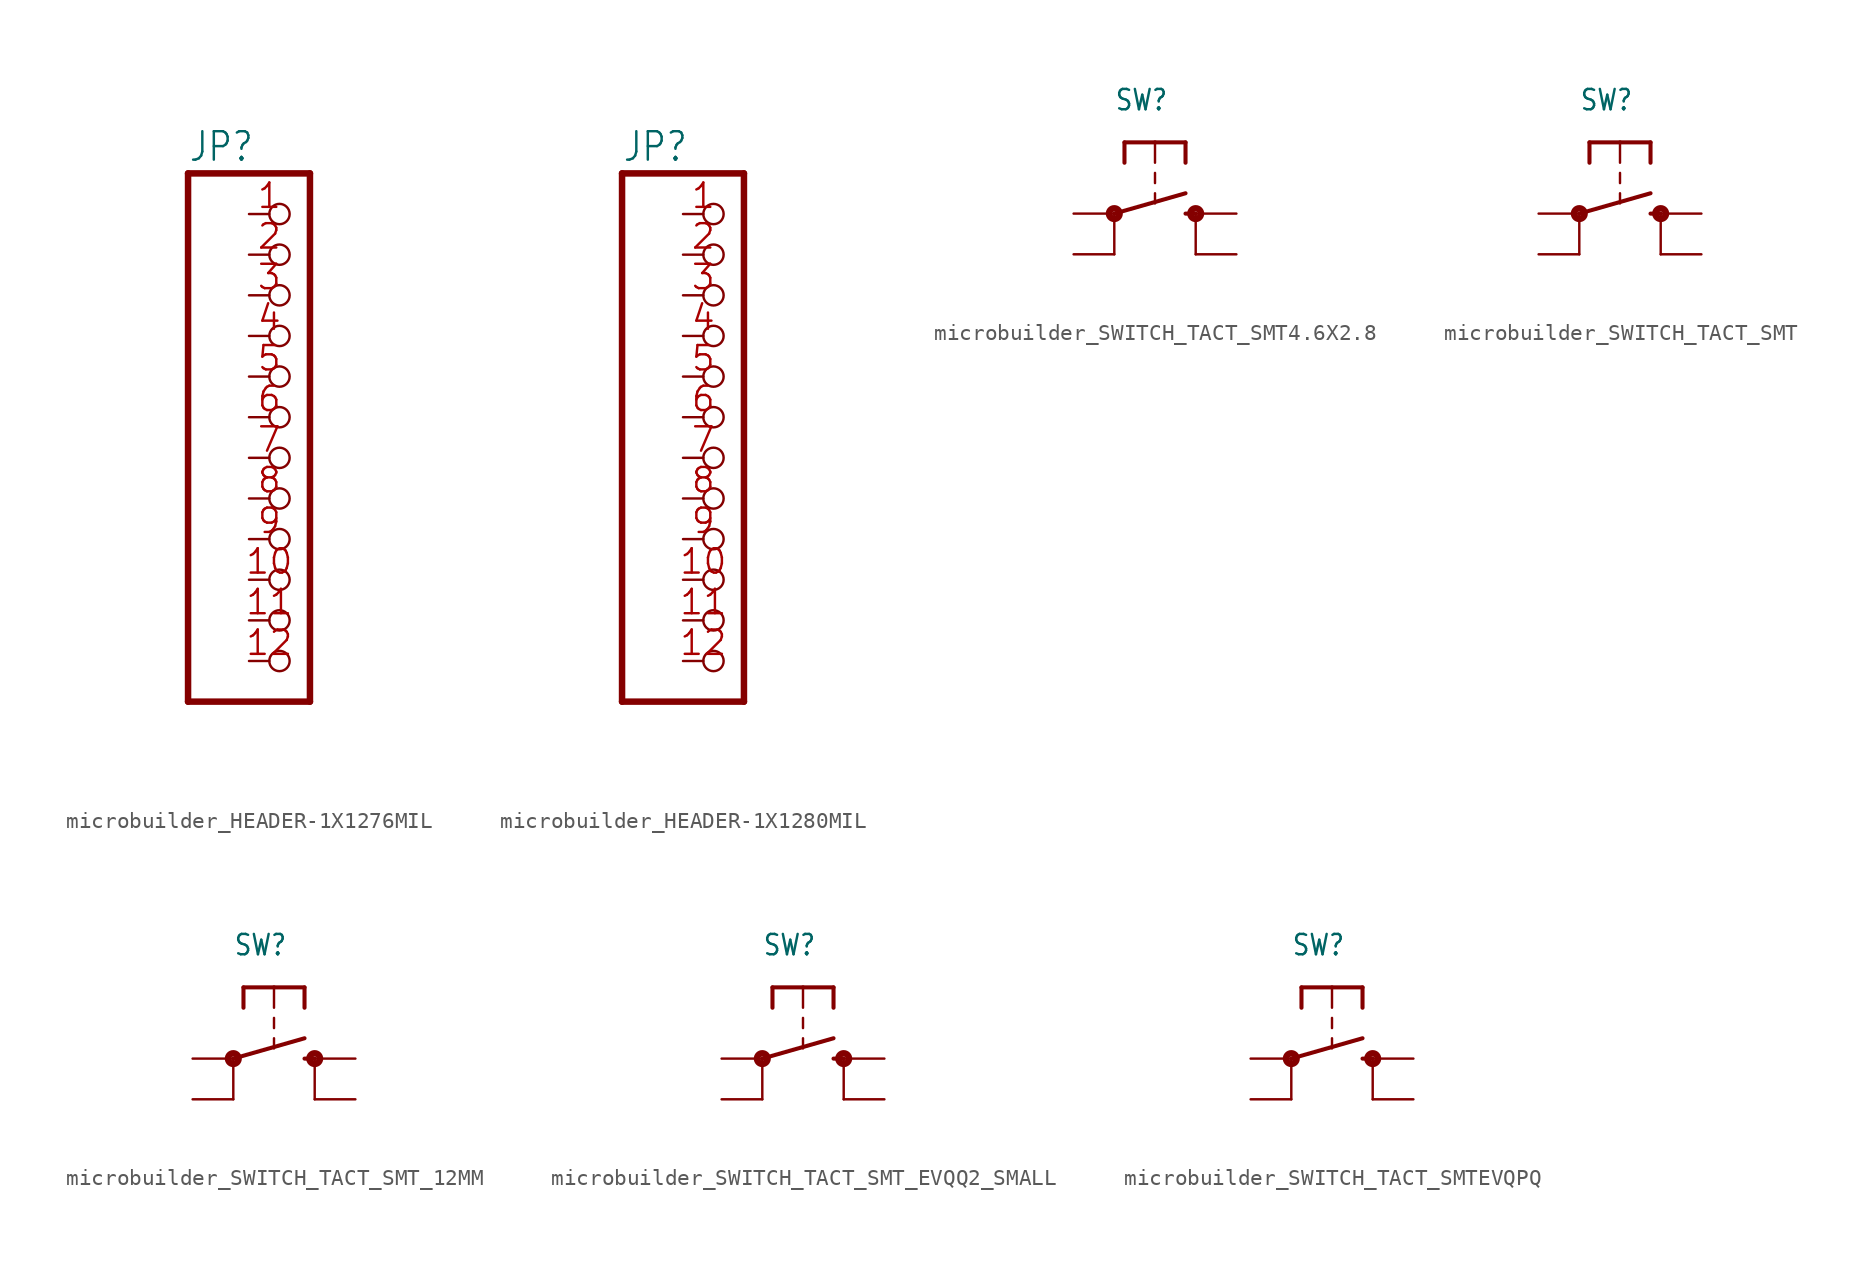
<source format=kicad_sym>
(kicad_symbol_lib
  (version 20241209)
  (generator "kicad_symbol_editor")
  (generator_version "9.0")
  (symbol "microbuilder_HEADER-1X1276MIL"
    (property "Reference" "JP"
      (at -6.35 18.415 0)
      (effects (font (size 1.778 1.511)) (justify left bottom)))
    (property "Value" ""
      (at -6.35 -17.78 0)
      (effects (font (size 1.778 1.511)) (justify left bottom)))
    (property "ki_locked" ""
      (at 0 0 0)
      (effects (font (size 1.27 1.27))))
    (symbol "microbuilder_HEADER-1X1276MIL_1_0"
      (polyline (pts (xy -6.35 17.78) (xy -6.35 -15.24)) (stroke (width 0.406) (type solid)) (fill (type none)))
      (polyline (pts (xy -6.35 -15.24) (xy 1.27 -15.24)) (stroke (width 0.406) (type solid)) (fill (type none)))
      (polyline (pts (xy 1.27 17.78) (xy -6.35 17.78)) (stroke (width 0.406) (type solid)) (fill (type none)))
      (polyline (pts (xy 1.27 -15.24) (xy 1.27 17.78)) (stroke (width 0.406) (type solid)) (fill (type none)))
      (pin passive inverted (at -2.54 15.24 0) (length 2.54) (name "1" (effects (font (size 0 0)))) (number "1" (effects (font (size 1.524 1.524)))))
      (pin passive inverted (at -2.54 12.7 0) (length 2.54) (name "2" (effects (font (size 0 0)))) (number "2" (effects (font (size 1.524 1.524)))))
      (pin passive inverted (at -2.54 10.16 0) (length 2.54) (name "3" (effects (font (size 0 0)))) (number "3" (effects (font (size 1.524 1.524)))))
      (pin passive inverted (at -2.54 7.62 0) (length 2.54) (name "4" (effects (font (size 0 0)))) (number "4" (effects (font (size 1.524 1.524)))))
      (pin passive inverted (at -2.54 5.08 0) (length 2.54) (name "5" (effects (font (size 0 0)))) (number "5" (effects (font (size 1.524 1.524)))))
      (pin passive inverted (at -2.54 2.54 0) (length 2.54) (name "6" (effects (font (size 0 0)))) (number "6" (effects (font (size 1.524 1.524)))))
      (pin passive inverted (at -2.54 0 0) (length 2.54) (name "7" (effects (font (size 0 0)))) (number "7" (effects (font (size 1.524 1.524)))))
      (pin passive inverted (at -2.54 -2.54 0) (length 2.54) (name "8" (effects (font (size 0 0)))) (number "8" (effects (font (size 1.524 1.524)))))
      (pin passive inverted (at -2.54 -5.08 0) (length 2.54) (name "9" (effects (font (size 0 0)))) (number "9" (effects (font (size 1.524 1.524)))))
      (pin passive inverted (at -2.54 -7.62 0) (length 2.54) (name "10" (effects (font (size 0 0)))) (number "10" (effects (font (size 1.524 1.524)))))
      (pin passive inverted (at -2.54 -10.16 0) (length 2.54) (name "11" (effects (font (size 0 0)))) (number "11" (effects (font (size 1.524 1.524)))))
      (pin passive inverted (at -2.54 -12.7 0) (length 2.54) (name "12" (effects (font (size 0 0)))) (number "12" (effects (font (size 1.524 1.524)))))))
  (symbol "microbuilder_HEADER-1X1280MIL"
    (property "Reference" "JP"
      (at -6.35 18.415 0)
      (effects (font (size 1.778 1.511)) (justify left bottom)))
    (property "Value" ""
      (at -6.35 -17.78 0)
      (effects (font (size 1.778 1.511)) (justify left bottom)))
    (property "ki_locked" ""
      (at 0 0 0)
      (effects (font (size 1.27 1.27))))
    (symbol "microbuilder_HEADER-1X1280MIL_1_0"
      (polyline (pts (xy -6.35 17.78) (xy -6.35 -15.24)) (stroke (width 0.406) (type solid)) (fill (type none)))
      (polyline (pts (xy -6.35 -15.24) (xy 1.27 -15.24)) (stroke (width 0.406) (type solid)) (fill (type none)))
      (polyline (pts (xy 1.27 17.78) (xy -6.35 17.78)) (stroke (width 0.406) (type solid)) (fill (type none)))
      (polyline (pts (xy 1.27 -15.24) (xy 1.27 17.78)) (stroke (width 0.406) (type solid)) (fill (type none)))
      (pin passive inverted (at -2.54 15.24 0) (length 2.54) (name "1" (effects (font (size 0 0)))) (number "1" (effects (font (size 1.524 1.524)))))
      (pin passive inverted (at -2.54 12.7 0) (length 2.54) (name "2" (effects (font (size 0 0)))) (number "2" (effects (font (size 1.524 1.524)))))
      (pin passive inverted (at -2.54 10.16 0) (length 2.54) (name "3" (effects (font (size 0 0)))) (number "3" (effects (font (size 1.524 1.524)))))
      (pin passive inverted (at -2.54 7.62 0) (length 2.54) (name "4" (effects (font (size 0 0)))) (number "4" (effects (font (size 1.524 1.524)))))
      (pin passive inverted (at -2.54 5.08 0) (length 2.54) (name "5" (effects (font (size 0 0)))) (number "5" (effects (font (size 1.524 1.524)))))
      (pin passive inverted (at -2.54 2.54 0) (length 2.54) (name "6" (effects (font (size 0 0)))) (number "6" (effects (font (size 1.524 1.524)))))
      (pin passive inverted (at -2.54 0 0) (length 2.54) (name "7" (effects (font (size 0 0)))) (number "7" (effects (font (size 1.524 1.524)))))
      (pin passive inverted (at -2.54 -2.54 0) (length 2.54) (name "8" (effects (font (size 0 0)))) (number "8" (effects (font (size 1.524 1.524)))))
      (pin passive inverted (at -2.54 -5.08 0) (length 2.54) (name "9" (effects (font (size 0 0)))) (number "9" (effects (font (size 1.524 1.524)))))
      (pin passive inverted (at -2.54 -7.62 0) (length 2.54) (name "10" (effects (font (size 0 0)))) (number "10" (effects (font (size 1.524 1.524)))))
      (pin passive inverted (at -2.54 -10.16 0) (length 2.54) (name "11" (effects (font (size 0 0)))) (number "11" (effects (font (size 1.524 1.524)))))
      (pin passive inverted (at -2.54 -12.7 0) (length 2.54) (name "12" (effects (font (size 0 0)))) (number "12" (effects (font (size 1.524 1.524)))))))
  (symbol "microbuilder_SWITCH_TACT_SMT4.6X2.8"
    (property "Reference" "SW"
      (at -2.54 6.35 0)
      (effects (font (size 1.27 1.079)) (justify left bottom)))
    (property "Value" ""
      (at -2.54 -5.08 0)
      (effects (font (size 1.27 1.079)) (justify left bottom)))
    (property "ki_locked" ""
      (at 0 0 0)
      (effects (font (size 1.27 1.27))))
    (symbol "microbuilder_SWITCH_TACT_SMT4.6X2.8_1_0"
      (circle (center -2.54 0) (radius 0.127) (stroke (width 0.406) (type solid)) (fill (type none)))
      (polyline (pts (xy -2.54 0) (xy 1.905 1.27)) (stroke (width 0.254) (type solid)) (fill (type none)))
      (polyline (pts (xy -2.54 -2.54) (xy -2.54 0)) (stroke (width 0.152) (type solid)) (fill (type none)))
      (polyline (pts (xy -1.905 4.445) (xy -1.905 3.175)) (stroke (width 0.254) (type solid)) (fill (type none)))
      (polyline (pts (xy 0 4.445) (xy -1.905 4.445)) (stroke (width 0.254) (type solid)) (fill (type none)))
      (polyline (pts (xy 0 4.445) (xy 0 3.175)) (stroke (width 0.152) (type solid)) (fill (type none)))
      (polyline (pts (xy 0 2.54) (xy 0 1.905)) (stroke (width 0.152) (type solid)) (fill (type none)))
      (polyline (pts (xy 0 1.27) (xy 0 0.635)) (stroke (width 0.152) (type solid)) (fill (type none)))
      (polyline (pts (xy 1.905 4.445) (xy 0 4.445)) (stroke (width 0.254) (type solid)) (fill (type none)))
      (polyline (pts (xy 1.905 4.445) (xy 1.905 3.175)) (stroke (width 0.254) (type solid)) (fill (type none)))
      (polyline (pts (xy 1.905 0) (xy 2.54 0)) (stroke (width 0.254) (type solid)) (fill (type none)))
      (circle (center 2.54 0) (radius 0.127) (stroke (width 0.406) (type solid)) (fill (type none)))
      (polyline (pts (xy 2.54 -2.54) (xy 2.54 0)) (stroke (width 0.152) (type solid)) (fill (type none)))
      (pin passive line (at -5.08 0 0) (length 2.54) (name "P" (effects (font (size 0 0)))) (number "A" (effects (font (size 0 0)))))
      (pin passive line (at -5.08 -2.54 0) (length 2.54) (name "P1" (effects (font (size 0 0)))) (number "A'" (effects (font (size 0 0)))))
      (pin passive line (at 5.08 0 180) (length 2.54) (name "S" (effects (font (size 0 0)))) (number "B" (effects (font (size 0 0)))))
      (pin passive line (at 5.08 -2.54 180) (length 2.54) (name "S1" (effects (font (size 0 0)))) (number "B'" (effects (font (size 0 0)))))))
  (symbol "microbuilder_SWITCH_TACT_SMT"
    (property "Reference" "SW"
      (at -2.54 6.35 0)
      (effects (font (size 1.27 1.079)) (justify left bottom)))
    (property "Value" ""
      (at -2.54 -5.08 0)
      (effects (font (size 1.27 1.079)) (justify left bottom)))
    (property "ki_locked" ""
      (at 0 0 0)
      (effects (font (size 1.27 1.27))))
    (symbol "microbuilder_SWITCH_TACT_SMT_1_0"
      (circle (center -2.54 0) (radius 0.127) (stroke (width 0.406) (type solid)) (fill (type none)))
      (polyline (pts (xy -2.54 0) (xy 1.905 1.27)) (stroke (width 0.254) (type solid)) (fill (type none)))
      (polyline (pts (xy -2.54 -2.54) (xy -2.54 0)) (stroke (width 0.152) (type solid)) (fill (type none)))
      (polyline (pts (xy -1.905 4.445) (xy -1.905 3.175)) (stroke (width 0.254) (type solid)) (fill (type none)))
      (polyline (pts (xy 0 4.445) (xy -1.905 4.445)) (stroke (width 0.254) (type solid)) (fill (type none)))
      (polyline (pts (xy 0 4.445) (xy 0 3.175)) (stroke (width 0.152) (type solid)) (fill (type none)))
      (polyline (pts (xy 0 2.54) (xy 0 1.905)) (stroke (width 0.152) (type solid)) (fill (type none)))
      (polyline (pts (xy 0 1.27) (xy 0 0.635)) (stroke (width 0.152) (type solid)) (fill (type none)))
      (polyline (pts (xy 1.905 4.445) (xy 0 4.445)) (stroke (width 0.254) (type solid)) (fill (type none)))
      (polyline (pts (xy 1.905 4.445) (xy 1.905 3.175)) (stroke (width 0.254) (type solid)) (fill (type none)))
      (polyline (pts (xy 1.905 0) (xy 2.54 0)) (stroke (width 0.254) (type solid)) (fill (type none)))
      (circle (center 2.54 0) (radius 0.127) (stroke (width 0.406) (type solid)) (fill (type none)))
      (polyline (pts (xy 2.54 -2.54) (xy 2.54 0)) (stroke (width 0.152) (type solid)) (fill (type none)))
      (pin passive line (at -5.08 0 0) (length 2.54) (name "P" (effects (font (size 0 0)))) (number "A" (effects (font (size 0 0)))))
      (pin passive line (at -5.08 -2.54 0) (length 2.54) (name "P1" (effects (font (size 0 0)))) (number "A'" (effects (font (size 0 0)))))
      (pin passive line (at 5.08 0 180) (length 2.54) (name "S" (effects (font (size 0 0)))) (number "B" (effects (font (size 0 0)))))
      (pin passive line (at 5.08 -2.54 180) (length 2.54) (name "S1" (effects (font (size 0 0)))) (number "B'" (effects (font (size 0 0)))))))
  (symbol "microbuilder_SWITCH_TACT_SMT_12MM"
    (property "Reference" "SW"
      (at -2.54 6.35 0)
      (effects (font (size 1.27 1.079)) (justify left bottom)))
    (property "Value" ""
      (at -2.54 -5.08 0)
      (effects (font (size 1.27 1.079)) (justify left bottom)))
    (property "ki_locked" ""
      (at 0 0 0)
      (effects (font (size 1.27 1.27))))
    (symbol "microbuilder_SWITCH_TACT_SMT_12MM_1_0"
      (circle (center -2.54 0) (radius 0.127) (stroke (width 0.406) (type solid)) (fill (type none)))
      (polyline (pts (xy -2.54 0) (xy 1.905 1.27)) (stroke (width 0.254) (type solid)) (fill (type none)))
      (polyline (pts (xy -2.54 -2.54) (xy -2.54 0)) (stroke (width 0.152) (type solid)) (fill (type none)))
      (polyline (pts (xy -1.905 4.445) (xy -1.905 3.175)) (stroke (width 0.254) (type solid)) (fill (type none)))
      (polyline (pts (xy 0 4.445) (xy -1.905 4.445)) (stroke (width 0.254) (type solid)) (fill (type none)))
      (polyline (pts (xy 0 4.445) (xy 0 3.175)) (stroke (width 0.152) (type solid)) (fill (type none)))
      (polyline (pts (xy 0 2.54) (xy 0 1.905)) (stroke (width 0.152) (type solid)) (fill (type none)))
      (polyline (pts (xy 0 1.27) (xy 0 0.635)) (stroke (width 0.152) (type solid)) (fill (type none)))
      (polyline (pts (xy 1.905 4.445) (xy 0 4.445)) (stroke (width 0.254) (type solid)) (fill (type none)))
      (polyline (pts (xy 1.905 4.445) (xy 1.905 3.175)) (stroke (width 0.254) (type solid)) (fill (type none)))
      (polyline (pts (xy 1.905 0) (xy 2.54 0)) (stroke (width 0.254) (type solid)) (fill (type none)))
      (circle (center 2.54 0) (radius 0.127) (stroke (width 0.406) (type solid)) (fill (type none)))
      (polyline (pts (xy 2.54 -2.54) (xy 2.54 0)) (stroke (width 0.152) (type solid)) (fill (type none)))
      (pin passive line (at -5.08 0 0) (length 2.54) (name "P" (effects (font (size 0 0)))) (number "P$1" (effects (font (size 0 0)))))
      (pin passive line (at -5.08 -2.54 0) (length 2.54) (name "P1" (effects (font (size 0 0)))) (number "P$2" (effects (font (size 0 0)))))
      (pin passive line (at 5.08 0 180) (length 2.54) (name "S" (effects (font (size 0 0)))) (number "P$3" (effects (font (size 0 0)))))
      (pin passive line (at 5.08 -2.54 180) (length 2.54) (name "S1" (effects (font (size 0 0)))) (number "P$4" (effects (font (size 0 0)))))))
  (symbol "microbuilder_SWITCH_TACT_SMT_EVQQ2_SMALL"
    (property "Reference" "SW"
      (at -2.54 6.35 0)
      (effects (font (size 1.27 1.079)) (justify left bottom)))
    (property "Value" ""
      (at -2.54 -5.08 0)
      (effects (font (size 1.27 1.079)) (justify left bottom)))
    (property "ki_locked" ""
      (at 0 0 0)
      (effects (font (size 1.27 1.27))))
    (symbol "microbuilder_SWITCH_TACT_SMT_EVQQ2_SMALL_1_0"
      (circle (center -2.54 0) (radius 0.127) (stroke (width 0.406) (type solid)) (fill (type none)))
      (polyline (pts (xy -2.54 0) (xy 1.905 1.27)) (stroke (width 0.254) (type solid)) (fill (type none)))
      (polyline (pts (xy -2.54 -2.54) (xy -2.54 0)) (stroke (width 0.152) (type solid)) (fill (type none)))
      (polyline (pts (xy -1.905 4.445) (xy -1.905 3.175)) (stroke (width 0.254) (type solid)) (fill (type none)))
      (polyline (pts (xy 0 4.445) (xy -1.905 4.445)) (stroke (width 0.254) (type solid)) (fill (type none)))
      (polyline (pts (xy 0 4.445) (xy 0 3.175)) (stroke (width 0.152) (type solid)) (fill (type none)))
      (polyline (pts (xy 0 2.54) (xy 0 1.905)) (stroke (width 0.152) (type solid)) (fill (type none)))
      (polyline (pts (xy 0 1.27) (xy 0 0.635)) (stroke (width 0.152) (type solid)) (fill (type none)))
      (polyline (pts (xy 1.905 4.445) (xy 0 4.445)) (stroke (width 0.254) (type solid)) (fill (type none)))
      (polyline (pts (xy 1.905 4.445) (xy 1.905 3.175)) (stroke (width 0.254) (type solid)) (fill (type none)))
      (polyline (pts (xy 1.905 0) (xy 2.54 0)) (stroke (width 0.254) (type solid)) (fill (type none)))
      (circle (center 2.54 0) (radius 0.127) (stroke (width 0.406) (type solid)) (fill (type none)))
      (polyline (pts (xy 2.54 -2.54) (xy 2.54 0)) (stroke (width 0.152) (type solid)) (fill (type none)))
      (pin passive line (at -5.08 0 0) (length 2.54) (name "P" (effects (font (size 0 0)))) (number "A" (effects (font (size 0 0)))))
      (pin passive line (at -5.08 -2.54 0) (length 2.54) (name "P1" (effects (font (size 0 0)))) (number "A'" (effects (font (size 0 0)))))
      (pin passive line (at 5.08 0 180) (length 2.54) (name "S" (effects (font (size 0 0)))) (number "B" (effects (font (size 0 0)))))
      (pin passive line (at 5.08 -2.54 180) (length 2.54) (name "S1" (effects (font (size 0 0)))) (number "B'" (effects (font (size 0 0)))))))
  (symbol "microbuilder_SWITCH_TACT_SMTEVQPQ"
    (property "Reference" "SW"
      (at -2.54 6.35 0)
      (effects (font (size 1.27 1.079)) (justify left bottom)))
    (property "Value" ""
      (at -2.54 -5.08 0)
      (effects (font (size 1.27 1.079)) (justify left bottom)))
    (property "ki_locked" ""
      (at 0 0 0)
      (effects (font (size 1.27 1.27))))
    (symbol "microbuilder_SWITCH_TACT_SMTEVQPQ_1_0"
      (circle (center -2.54 0) (radius 0.127) (stroke (width 0.406) (type solid)) (fill (type none)))
      (polyline (pts (xy -2.54 0) (xy 1.905 1.27)) (stroke (width 0.254) (type solid)) (fill (type none)))
      (polyline (pts (xy -2.54 -2.54) (xy -2.54 0)) (stroke (width 0.152) (type solid)) (fill (type none)))
      (polyline (pts (xy -1.905 4.445) (xy -1.905 3.175)) (stroke (width 0.254) (type solid)) (fill (type none)))
      (polyline (pts (xy 0 4.445) (xy -1.905 4.445)) (stroke (width 0.254) (type solid)) (fill (type none)))
      (polyline (pts (xy 0 4.445) (xy 0 3.175)) (stroke (width 0.152) (type solid)) (fill (type none)))
      (polyline (pts (xy 0 2.54) (xy 0 1.905)) (stroke (width 0.152) (type solid)) (fill (type none)))
      (polyline (pts (xy 0 1.27) (xy 0 0.635)) (stroke (width 0.152) (type solid)) (fill (type none)))
      (polyline (pts (xy 1.905 4.445) (xy 0 4.445)) (stroke (width 0.254) (type solid)) (fill (type none)))
      (polyline (pts (xy 1.905 4.445) (xy 1.905 3.175)) (stroke (width 0.254) (type solid)) (fill (type none)))
      (polyline (pts (xy 1.905 0) (xy 2.54 0)) (stroke (width 0.254) (type solid)) (fill (type none)))
      (circle (center 2.54 0) (radius 0.127) (stroke (width 0.406) (type solid)) (fill (type none)))
      (polyline (pts (xy 2.54 -2.54) (xy 2.54 0)) (stroke (width 0.152) (type solid)) (fill (type none)))
      (pin passive line (at -5.08 0 0) (length 2.54) (name "P" (effects (font (size 0 0)))) (number "A" (effects (font (size 0 0)))))
      (pin passive line (at -5.08 -2.54 0) (length 2.54) (name "P1" (effects (font (size 0 0)))) (number "C" (effects (font (size 0 0)))))
      (pin passive line (at 5.08 0 180) (length 2.54) (name "S" (effects (font (size 0 0)))) (number "B" (effects (font (size 0 0)))))
      (pin passive line (at 5.08 -2.54 180) (length 2.54) (name "S1" (effects (font (size 0 0)))) (number "D" (effects (font (size 0 0))))))))
</source>
